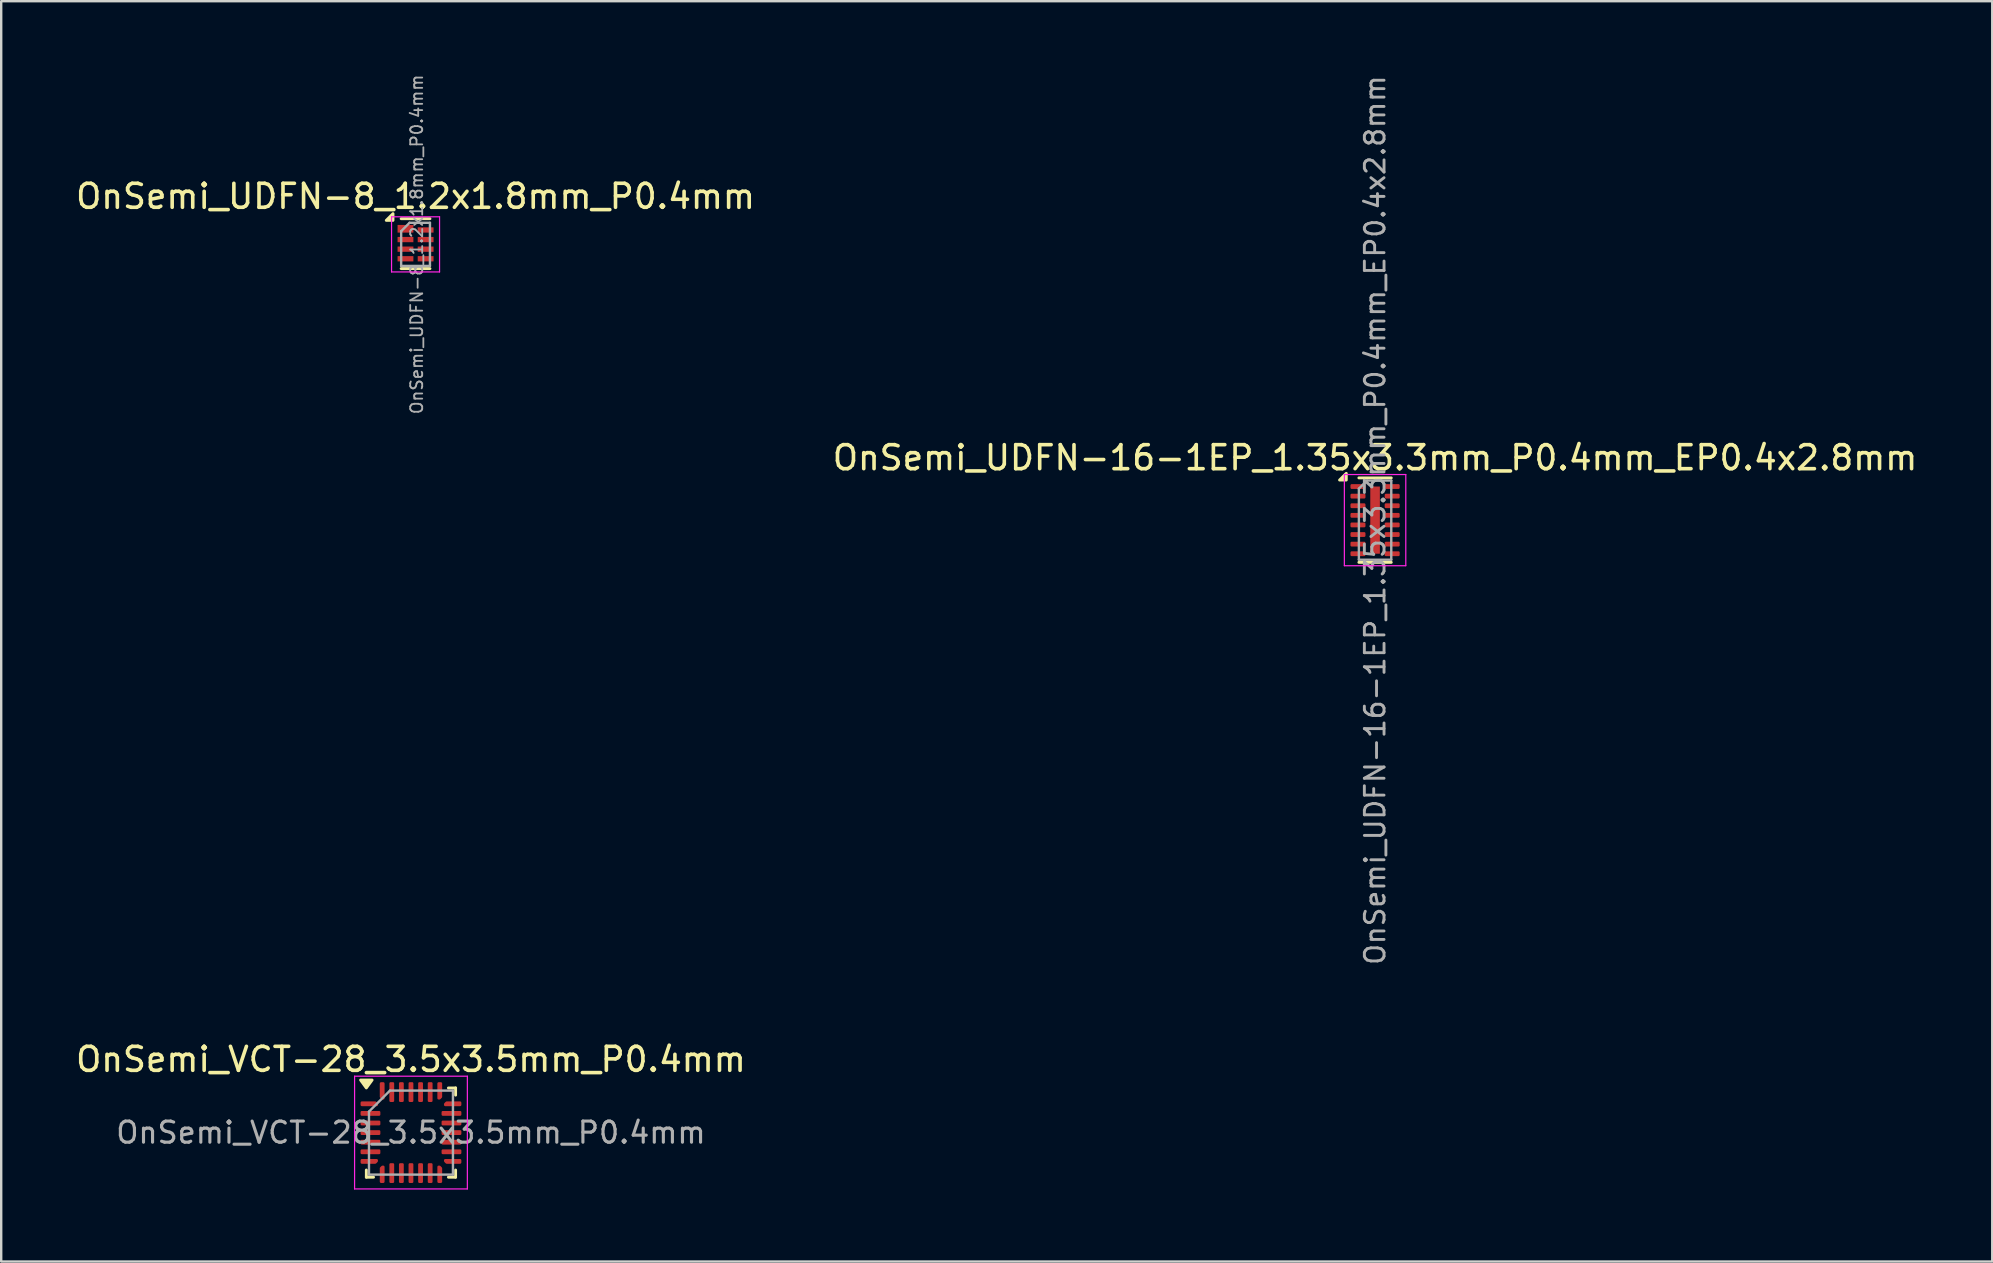
<source format=kicad_pcb>
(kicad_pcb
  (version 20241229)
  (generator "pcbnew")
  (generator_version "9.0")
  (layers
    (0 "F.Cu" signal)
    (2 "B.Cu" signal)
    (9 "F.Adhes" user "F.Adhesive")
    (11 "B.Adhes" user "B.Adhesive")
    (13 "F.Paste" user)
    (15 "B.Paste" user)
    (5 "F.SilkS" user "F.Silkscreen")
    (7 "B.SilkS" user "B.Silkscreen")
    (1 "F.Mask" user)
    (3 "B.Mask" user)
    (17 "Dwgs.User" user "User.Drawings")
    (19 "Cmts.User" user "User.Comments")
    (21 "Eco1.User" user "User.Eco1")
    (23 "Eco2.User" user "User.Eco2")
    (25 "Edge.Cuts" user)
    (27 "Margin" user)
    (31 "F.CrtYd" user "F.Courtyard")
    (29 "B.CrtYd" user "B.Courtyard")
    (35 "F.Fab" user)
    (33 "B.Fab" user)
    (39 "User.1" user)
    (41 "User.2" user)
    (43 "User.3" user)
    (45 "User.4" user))
  (footprint "OnSemi_VCT-28_3.5x3.5mm_P0.4mm"
    (layer "F.Cu")
    (at 14.077 44.15)
    (property "Reference" "OnSemi_VCT-28_3.5x3.5mm_P0.4mm" (at 0 -3.05 0) (layer "F.SilkS") (effects (font (size 1 1) (thickness 0.15))))
    (attr smd)
    (fp_line (start -1.86 1.86) (end -1.86 1.56) (stroke (width 0.12) (type solid)) (layer "F.SilkS"))
    (fp_line (start -1.56 1.86) (end -1.86 1.86) (stroke (width 0.12) (type solid)) (layer "F.SilkS"))
    (fp_line (start 1.56 -1.86) (end 1.86 -1.86) (stroke (width 0.12) (type solid)) (layer "F.SilkS"))
    (fp_line (start 1.56 1.86) (end 1.86 1.86) (stroke (width 0.12) (type solid)) (layer "F.SilkS"))
    (fp_line (start 1.86 -1.86) (end 1.86 -1.56) (stroke (width 0.12) (type solid)) (layer "F.SilkS"))
    (fp_line (start 1.86 1.86) (end 1.86 1.56) (stroke (width 0.12) (type solid)) (layer "F.SilkS"))
    (fp_poly (pts (xy -1.86 -1.86) (xy -2.1 -2.19) (xy -1.62 -2.19) (xy -1.86 -1.86)) (stroke (width 0.12) (type solid)) (fill yes) (layer "F.SilkS"))
    (fp_line (start -2.35 -2.35) (end -2.35 2.35) (stroke (width 0.05) (type solid)) (layer "F.CrtYd"))
    (fp_line (start -2.35 2.35) (end 2.35 2.35) (stroke (width 0.05) (type solid)) (layer "F.CrtYd"))
    (fp_line (start 2.35 -2.35) (end -2.35 -2.35) (stroke (width 0.05) (type solid)) (layer "F.CrtYd"))
    (fp_line (start 2.35 2.35) (end 2.35 -2.35) (stroke (width 0.05) (type solid)) (layer "F.CrtYd"))
    (fp_line (start -1.75 -0.875) (end -0.875 -1.75) (stroke (width 0.1) (type solid)) (layer "F.Fab"))
    (fp_line (start -1.75 1.75) (end -1.75 -0.875) (stroke (width 0.1) (type solid)) (layer "F.Fab"))
    (fp_line (start -0.875 -1.75) (end 1.75 -1.75) (stroke (width 0.1) (type solid)) (layer "F.Fab"))
    (fp_line (start 1.75 -1.75) (end 1.75 1.75) (stroke (width 0.1) (type solid)) (layer "F.Fab"))
    (fp_line (start 1.75 1.75) (end -1.75 1.75) (stroke (width 0.1) (type solid)) (layer "F.Fab"))
    (fp_text user "${REFERENCE}" (at 0 0 0) (layer "F.Fab") (effects (font (size 0.88 0.88) (thickness 0.13))))
    (pad "1" smd custom (at -1.738 -1.2) (size 0.136 0.136) (layers "F.Cu" "F.Mask" "F.Paste") (options (anchor circle)) (primitives (gr_poly (pts (xy -0.312 -0.05) (xy 0.252 -0.05) (xy 0.312 0.011) (xy 0.312 0.05) (xy -0.312 0.05)) (width 0.1) (fill yes))))
    (pad "2" smd roundrect (at -1.688 -0.8) (size 0.825 0.2) (layers "F.Cu" "F.Mask" "F.Paste") (roundrect_rratio 0.25))
    (pad "3" smd roundrect (at -1.688 -0.4) (size 0.825 0.2) (layers "F.Cu" "F.Mask" "F.Paste") (roundrect_rratio 0.25))
    (pad "4" smd roundrect (at -1.688 0) (size 0.825 0.2) (layers "F.Cu" "F.Mask" "F.Paste") (roundrect_rratio 0.25))
    (pad "5" smd roundrect (at -1.688 0.4) (size 0.825 0.2) (layers "F.Cu" "F.Mask" "F.Paste") (roundrect_rratio 0.25))
    (pad "6" smd roundrect (at -1.688 0.8) (size 0.825 0.2) (layers "F.Cu" "F.Mask" "F.Paste") (roundrect_rratio 0.25))
    (pad "7" smd custom (at -1.738 1.2) (size 0.136 0.136) (layers "F.Cu" "F.Mask" "F.Paste") (options (anchor circle)) (primitives (gr_poly (pts (xy -0.312 -0.05) (xy 0.312 -0.05) (xy 0.312 -0.011) (xy 0.252 0.05) (xy -0.312 0.05)) (width 0.1) (fill yes))))
    (pad "8" smd custom (at -1.2 1.738) (size 0.136 0.136) (layers "F.Cu" "F.Mask" "F.Paste") (options (anchor circle)) (primitives (gr_poly (pts (xy -0.05 -0.252) (xy 0.011 -0.312) (xy 0.05 -0.312) (xy 0.05 0.312) (xy -0.05 0.312)) (width 0.1) (fill yes))))
    (pad "9" smd roundrect (at -0.8 1.688) (size 0.2 0.825) (layers "F.Cu" "F.Mask" "F.Paste") (roundrect_rratio 0.25))
    (pad "10" smd roundrect (at -0.4 1.688) (size 0.2 0.825) (layers "F.Cu" "F.Mask" "F.Paste") (roundrect_rratio 0.25))
    (pad "11" smd roundrect (at 0 1.688) (size 0.2 0.825) (layers "F.Cu" "F.Mask" "F.Paste") (roundrect_rratio 0.25))
    (pad "12" smd roundrect (at 0.4 1.688) (size 0.2 0.825) (layers "F.Cu" "F.Mask" "F.Paste") (roundrect_rratio 0.25))
    (pad "13" smd roundrect (at 0.8 1.688) (size 0.2 0.825) (layers "F.Cu" "F.Mask" "F.Paste") (roundrect_rratio 0.25))
    (pad "14" smd custom (at 1.2 1.738) (size 0.136 0.136) (layers "F.Cu" "F.Mask" "F.Paste") (options (anchor circle)) (primitives (gr_poly (pts (xy -0.05 -0.312) (xy -0.011 -0.312) (xy 0.05 -0.252) (xy 0.05 0.312) (xy -0.05 0.312)) (width 0.1) (fill yes))))
    (pad "15" smd custom (at 1.738 1.2) (size 0.136 0.136) (layers "F.Cu" "F.Mask" "F.Paste") (options (anchor circle)) (primitives (gr_poly (pts (xy -0.312 -0.05) (xy 0.312 -0.05) (xy 0.312 0.05) (xy -0.252 0.05) (xy -0.312 -0.011)) (width 0.1) (fill yes))))
    (pad "16" smd roundrect (at 1.688 0.8) (size 0.825 0.2) (layers "F.Cu" "F.Mask" "F.Paste") (roundrect_rratio 0.25))
    (pad "17" smd roundrect (at 1.688 0.4) (size 0.825 0.2) (layers "F.Cu" "F.Mask" "F.Paste") (roundrect_rratio 0.25))
    (pad "18" smd roundrect (at 1.688 0) (size 0.825 0.2) (layers "F.Cu" "F.Mask" "F.Paste") (roundrect_rratio 0.25))
    (pad "19" smd roundrect (at 1.688 -0.4) (size 0.825 0.2) (layers "F.Cu" "F.Mask" "F.Paste") (roundrect_rratio 0.25))
    (pad "20" smd roundrect (at 1.688 -0.8) (size 0.825 0.2) (layers "F.Cu" "F.Mask" "F.Paste") (roundrect_rratio 0.25))
    (pad "21" smd custom (at 1.738 -1.2) (size 0.136 0.136) (layers "F.Cu" "F.Mask" "F.Paste") (options (anchor circle)) (primitives (gr_poly (pts (xy -0.312 0.011) (xy -0.252 -0.05) (xy 0.312 -0.05) (xy 0.312 0.05) (xy -0.312 0.05)) (width 0.1) (fill yes))))
    (pad "22" smd custom (at 1.2 -1.738) (size 0.136 0.136) (layers "F.Cu" "F.Mask" "F.Paste") (options (anchor circle)) (primitives (gr_poly (pts (xy -0.05 -0.312) (xy 0.05 -0.312) (xy 0.05 0.252) (xy -0.011 0.312) (xy -0.05 0.312)) (width 0.1) (fill yes))))
    (pad "23" smd roundrect (at 0.8 -1.688) (size 0.2 0.825) (layers "F.Cu" "F.Mask" "F.Paste") (roundrect_rratio 0.25))
    (pad "24" smd roundrect (at 0.4 -1.688) (size 0.2 0.825) (layers "F.Cu" "F.Mask" "F.Paste") (roundrect_rratio 0.25))
    (pad "25" smd roundrect (at 0 -1.688) (size 0.2 0.825) (layers "F.Cu" "F.Mask" "F.Paste") (roundrect_rratio 0.25))
    (pad "26" smd roundrect (at -0.4 -1.688) (size 0.2 0.825) (layers "F.Cu" "F.Mask" "F.Paste") (roundrect_rratio 0.25))
    (pad "27" smd roundrect (at -0.8 -1.688) (size 0.2 0.825) (layers "F.Cu" "F.Mask" "F.Paste") (roundrect_rratio 0.25))
    (pad "28" smd custom (at -1.2 -1.738) (size 0.136 0.136) (layers "F.Cu" "F.Mask" "F.Paste") (options (anchor circle)) (primitives (gr_poly (pts (xy -0.05 -0.312) (xy 0.05 -0.312) (xy 0.05 0.312) (xy 0.011 0.312) (xy -0.05 0.252)) (width 0.1) (fill yes)))))
  (footprint "OnSemi_UDFN-16-1EP_1.35x3.3mm_P0.4mm_EP0.4x2.8mm"
    (layer "F.Cu")
    (at 54.256 18.626)
    (property "Reference" "OnSemi_UDFN-16-1EP_1.35x3.3mm_P0.4mm_EP0.4x2.8mm" (at 0 -2.6 0) (layer "F.SilkS") (effects (font (size 1 1) (thickness 0.15))))
    (attr smd)
    (fp_line (start -0.675 -1.76) (end 0.675 -1.76) (stroke (width 0.12) (type solid)) (layer "F.SilkS"))
    (fp_line (start -0.675 1.76) (end 0.675 1.76) (stroke (width 0.12) (type solid)) (layer "F.SilkS"))
    (fp_poly (pts (xy -1.2 -1.67) (xy -1.48 -1.67) (xy -1.2 -1.95) (xy -1.2 -1.67)) (stroke (width 0.12) (type solid)) (fill yes) (layer "F.SilkS"))
    (fp_line (start -1.28 -1.9) (end -1.28 1.9) (stroke (width 0.05) (type solid)) (layer "F.CrtYd"))
    (fp_line (start -1.28 1.9) (end 1.28 1.9) (stroke (width 0.05) (type solid)) (layer "F.CrtYd"))
    (fp_line (start 1.28 -1.9) (end -1.28 -1.9) (stroke (width 0.05) (type solid)) (layer "F.CrtYd"))
    (fp_line (start 1.28 1.9) (end 1.28 -1.9) (stroke (width 0.05) (type solid)) (layer "F.CrtYd"))
    (fp_line (start -0.675 -1.312) (end -0.338 -1.65) (stroke (width 0.1) (type solid)) (layer "F.Fab"))
    (fp_line (start -0.675 1.65) (end -0.675 -1.312) (stroke (width 0.1) (type solid)) (layer "F.Fab"))
    (fp_line (start -0.338 -1.65) (end 0.675 -1.65) (stroke (width 0.1) (type solid)) (layer "F.Fab"))
    (fp_line (start 0.675 -1.65) (end 0.675 1.65) (stroke (width 0.1) (type solid)) (layer "F.Fab"))
    (fp_line (start 0.675 1.65) (end -0.675 1.65) (stroke (width 0.1) (type solid)) (layer "F.Fab"))
    (fp_text user "${REFERENCE}" (at 0 0 90) (layer "F.Fab") (effects (font (size 0.82 0.82) (thickness 0.12))))
    (pad "" smd roundrect (at 0 -0.93) (size 0.32 0.75) (layers "F.Paste") (roundrect_rratio 0.25))
    (pad "" smd roundrect (at 0 0) (size 0.32 0.75) (layers "F.Paste") (roundrect_rratio 0.25))
    (pad "" smd roundrect (at 0 0.93) (size 0.32 0.75) (layers "F.Paste") (roundrect_rratio 0.25))
    (pad "1" smd roundrect (at -0.713 -1.4) (size 0.625 0.2) (layers "F.Cu" "F.Mask" "F.Paste") (roundrect_rratio 0.25))
    (pad "2" smd roundrect (at -0.713 -1) (size 0.625 0.2) (layers "F.Cu" "F.Mask" "F.Paste") (roundrect_rratio 0.25))
    (pad "3" smd roundrect (at -0.713 -0.6) (size 0.625 0.2) (layers "F.Cu" "F.Mask" "F.Paste") (roundrect_rratio 0.25))
    (pad "4" smd roundrect (at -0.713 -0.2) (size 0.625 0.2) (layers "F.Cu" "F.Mask" "F.Paste") (roundrect_rratio 0.25))
    (pad "5" smd roundrect (at -0.713 0.2) (size 0.625 0.2) (layers "F.Cu" "F.Mask" "F.Paste") (roundrect_rratio 0.25))
    (pad "6" smd roundrect (at -0.713 0.6) (size 0.625 0.2) (layers "F.Cu" "F.Mask" "F.Paste") (roundrect_rratio 0.25))
    (pad "7" smd roundrect (at -0.713 1) (size 0.625 0.2) (layers "F.Cu" "F.Mask" "F.Paste") (roundrect_rratio 0.25))
    (pad "8" smd roundrect (at -0.713 1.4) (size 0.625 0.2) (layers "F.Cu" "F.Mask" "F.Paste") (roundrect_rratio 0.25))
    (pad "9" smd roundrect (at 0.713 1.4) (size 0.625 0.2) (layers "F.Cu" "F.Mask" "F.Paste") (roundrect_rratio 0.25))
    (pad "10" smd roundrect (at 0.713 1) (size 0.625 0.2) (layers "F.Cu" "F.Mask" "F.Paste") (roundrect_rratio 0.25))
    (pad "11" smd roundrect (at 0.713 0.6) (size 0.625 0.2) (layers "F.Cu" "F.Mask" "F.Paste") (roundrect_rratio 0.25))
    (pad "12" smd roundrect (at 0.713 0.2) (size 0.625 0.2) (layers "F.Cu" "F.Mask" "F.Paste") (roundrect_rratio 0.25))
    (pad "13" smd roundrect (at 0.713 -0.2) (size 0.625 0.2) (layers "F.Cu" "F.Mask" "F.Paste") (roundrect_rratio 0.25))
    (pad "14" smd roundrect (at 0.713 -0.6) (size 0.625 0.2) (layers "F.Cu" "F.Mask" "F.Paste") (roundrect_rratio 0.25))
    (pad "15" smd roundrect (at 0.713 -1) (size 0.625 0.2) (layers "F.Cu" "F.Mask" "F.Paste") (roundrect_rratio 0.25))
    (pad "16" smd roundrect (at 0.713 -1.4) (size 0.625 0.2) (layers "F.Cu" "F.Mask" "F.Paste") (roundrect_rratio 0.25))
    (pad "17" smd rect (at 0 0) (size 0.4 2.8) (property pad_prop_heatsink) (layers "F.Cu" "F.Mask")))
  (footprint "OnSemi_UDFN-8_1.2x1.8mm_P0.4mm"
    (layer "F.Cu")
    (at 14.268 7.134)
    (property "Reference" "OnSemi_UDFN-8_1.2x1.8mm_P0.4mm" (at 0 -2 0) (layer "F.SilkS") (effects (font (size 1 1) (thickness 0.15))))
    (attr smd)
    (fp_line (start 0.6 -1.07) (end -0.6 -1.07) (stroke (width 0.12) (type solid)) (layer "F.SilkS"))
    (fp_line (start 0.6 1.01) (end -0.6 1.01) (stroke (width 0.12) (type solid)) (layer "F.SilkS"))
    (fp_poly (pts (xy -0.94 -1) (xy -1.22 -1) (xy -0.94 -1.28) (xy -0.94 -1)) (stroke (width 0.12) (type solid)) (fill yes) (layer "F.SilkS"))
    (fp_line (start -1 -1.15) (end 1 -1.15) (stroke (width 0.05) (type solid)) (layer "F.CrtYd"))
    (fp_line (start -1 1.15) (end -1 -1.15) (stroke (width 0.05) (type solid)) (layer "F.CrtYd"))
    (fp_line (start 1 -1.15) (end 1 1.15) (stroke (width 0.05) (type solid)) (layer "F.CrtYd"))
    (fp_line (start 1 1.15) (end -1 1.15) (stroke (width 0.05) (type solid)) (layer "F.CrtYd"))
    (fp_line (start -0.6 -0.55) (end -0.25 -0.9) (stroke (width 0.1) (type solid)) (layer "F.Fab"))
    (fp_line (start -0.6 0.9) (end -0.6 -0.55) (stroke (width 0.1) (type solid)) (layer "F.Fab"))
    (fp_line (start -0.25 -0.9) (end 0.6 -0.9) (stroke (width 0.1) (type solid)) (layer "F.Fab"))
    (fp_line (start 0.6 -0.9) (end 0.6 0.9) (stroke (width 0.1) (type solid)) (layer "F.Fab"))
    (fp_line (start 0.6 0.9) (end -0.6 0.9) (stroke (width 0.1) (type solid)) (layer "F.Fab"))
    (fp_text user "${REFERENCE}" (at 0.05 0 90) (layer "F.Fab") (effects (font (size 0.5 0.5) (thickness 0.075))))
    (pad "1" smd rect (at -0.42 -0.65) (size 0.66 0.32) (layers "F.Cu" "F.Mask" "F.Paste"))
    (pad "2" smd rect (at -0.42 -0.2) (size 0.66 0.22) (layers "F.Cu" "F.Mask" "F.Paste"))
    (pad "3" smd rect (at -0.42 0.2) (size 0.66 0.22) (layers "F.Cu" "F.Mask" "F.Paste"))
    (pad "4" smd rect (at -0.42 0.6) (size 0.66 0.22) (layers "F.Cu" "F.Mask" "F.Paste"))
    (pad "5" smd rect (at 0.42 0.6) (size 0.66 0.22) (layers "F.Cu" "F.Mask" "F.Paste"))
    (pad "6" smd rect (at 0.42 0.2) (size 0.66 0.22) (layers "F.Cu" "F.Mask" "F.Paste"))
    (pad "7" smd rect (at 0.42 -0.2) (size 0.66 0.22) (layers "F.Cu" "F.Mask" "F.Paste"))
    (pad "8" smd rect (at 0.42 -0.6) (size 0.66 0.22) (layers "F.Cu" "F.Mask" "F.Paste")))
  (gr_rect
    (start -3 -3)
    (end 79.976 49.525)
    (stroke (width 0.1) (type default))
    (fill no)
    (layer "Edge.Cuts")))
</source>
